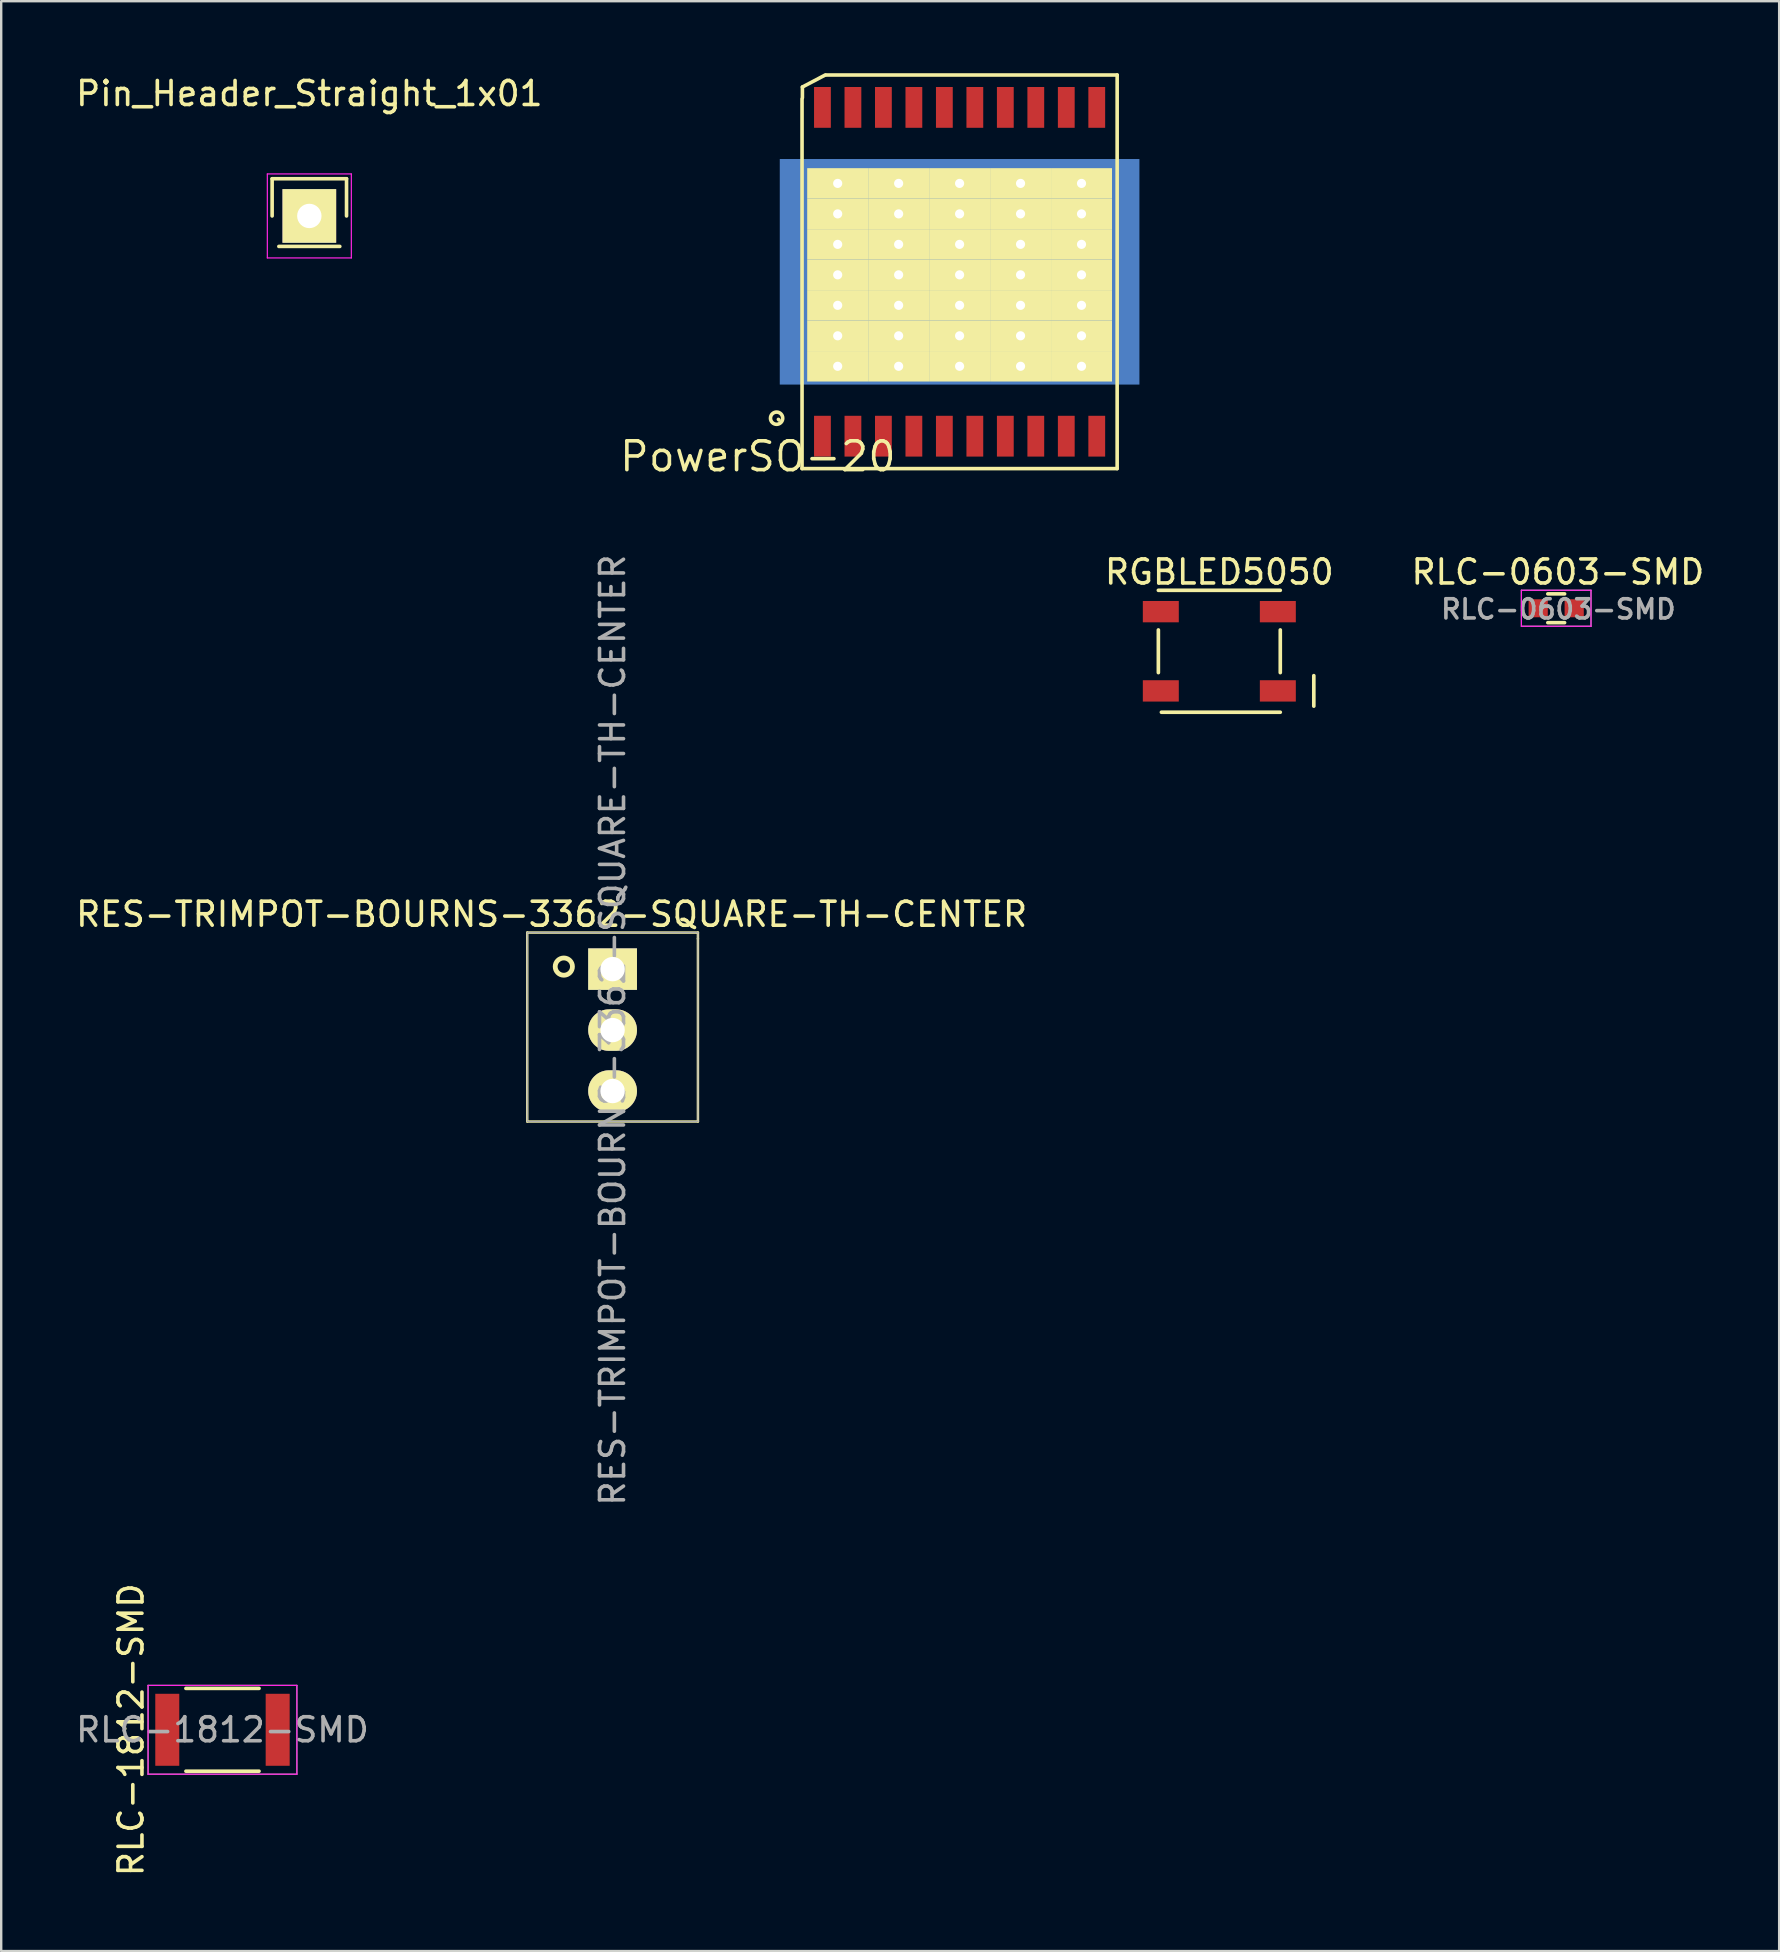
<source format=kicad_pcb>
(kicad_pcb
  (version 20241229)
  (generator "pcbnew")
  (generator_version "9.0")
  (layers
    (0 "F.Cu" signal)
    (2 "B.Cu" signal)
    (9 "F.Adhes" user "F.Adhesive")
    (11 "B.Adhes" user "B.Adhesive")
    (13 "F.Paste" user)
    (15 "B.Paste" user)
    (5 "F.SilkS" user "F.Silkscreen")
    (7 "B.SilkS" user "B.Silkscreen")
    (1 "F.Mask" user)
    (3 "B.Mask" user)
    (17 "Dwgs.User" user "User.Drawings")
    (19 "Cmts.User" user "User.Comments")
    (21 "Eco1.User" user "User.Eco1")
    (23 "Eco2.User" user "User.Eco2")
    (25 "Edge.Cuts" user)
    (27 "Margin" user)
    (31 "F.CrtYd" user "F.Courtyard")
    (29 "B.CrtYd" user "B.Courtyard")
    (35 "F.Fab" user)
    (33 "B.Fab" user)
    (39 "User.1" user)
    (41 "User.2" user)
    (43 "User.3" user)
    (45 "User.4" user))
  (footprint "PowerSO-20"
    (layer "F.Cu")
    (at 36.934 8.275)
    (property "Reference" "PowerSO-20" (at -8.407 7.696 180) (layer "F.SilkS") (effects (font (size 1.2 1.2) (thickness 0.15))))
    (attr through_hole)
    (fp_line (start -7.55 6.15) (end -7.525 6.175) (stroke (width 0.15) (type solid)) (layer "F.SilkS"))
    (fp_line (start -6.565 -7.2) (end -6.565 8.2) (stroke (width 0.15) (type solid)) (layer "F.SilkS"))
    (fp_line (start -6.565 8.2) (end 6.565 8.2) (stroke (width 0.15) (type solid)) (layer "F.SilkS"))
    (fp_line (start -6.55 -7.7) (end -5.6 -8.2) (stroke (width 0.15) (type solid)) (layer "F.SilkS"))
    (fp_line (start -6.55 -7.25) (end -6.55 -7.7) (stroke (width 0.15) (type solid)) (layer "F.SilkS"))
    (fp_line (start 6.565 -8.2) (end -5.565 -8.2) (stroke (width 0.15) (type solid)) (layer "F.SilkS"))
    (fp_line (start 6.565 8.2) (end 6.565 -8.2) (stroke (width 0.15) (type solid)) (layer "F.SilkS"))
    (fp_circle (center -7.625 6.1) (end -7.375 6.15) (stroke (width 0.15) (type solid)) (fill no) (layer "F.SilkS"))
    (pad "1" smd rect (at -5.715 6.85) (size 0.7 1.7) (layers "F.Cu" "F.Mask" "F.Paste"))
    (pad "1" thru_hole rect (at -5.08 -3.683) (size 2.54 1.27) (drill 0.381) (layers "*.Cu" "F.Mask" "F.SilkS"))
    (pad "1" thru_hole rect (at -5.08 -2.413) (size 2.54 1.27) (drill 0.381) (layers "*.Cu" "F.Mask" "F.SilkS"))
    (pad "1" thru_hole rect (at -5.08 -1.143) (size 2.54 1.27) (drill 0.381) (layers "*.Cu" "F.Mask" "F.SilkS"))
    (pad "1" thru_hole rect (at -5.08 0.127) (size 2.54 1.27) (drill 0.381) (layers "*.Cu" "F.Mask" "F.SilkS"))
    (pad "1" thru_hole rect (at -5.08 1.397) (size 2.54 1.27) (drill 0.381) (layers "*.Cu" "F.Mask" "F.SilkS"))
    (pad "1" thru_hole rect (at -5.08 2.667) (size 2.54 1.27) (drill 0.381) (layers "*.Cu" "F.Mask" "F.SilkS"))
    (pad "1" thru_hole rect (at -5.08 3.937) (size 2.54 1.27) (drill 0.381) (layers "*.Cu" "F.Mask" "F.SilkS"))
    (pad "1" thru_hole rect (at -2.54 -3.683) (size 2.54 1.27) (drill 0.381) (layers "*.Cu" "F.Mask" "F.SilkS"))
    (pad "1" thru_hole rect (at -2.54 -2.413) (size 2.54 1.27) (drill 0.381) (layers "*.Cu" "F.Mask" "F.SilkS"))
    (pad "1" thru_hole rect (at -2.54 -1.143) (size 2.54 1.27) (drill 0.381) (layers "*.Cu" "F.Mask" "F.SilkS"))
    (pad "1" thru_hole rect (at -2.54 0.127) (size 2.54 1.27) (drill 0.381) (layers "*.Cu" "F.Mask" "F.SilkS"))
    (pad "1" thru_hole rect (at -2.54 1.397) (size 2.54 1.27) (drill 0.381) (layers "*.Cu" "F.Mask" "F.SilkS"))
    (pad "1" thru_hole rect (at -2.54 2.667) (size 2.54 1.27) (drill 0.381) (layers "*.Cu" "F.Mask" "F.SilkS"))
    (pad "1" thru_hole rect (at -2.54 3.937) (size 2.54 1.27) (drill 0.381) (layers "*.Cu" "F.Mask" "F.SilkS"))
    (pad "1" thru_hole rect (at 0 -3.683) (size 2.54 1.27) (drill 0.381) (layers "*.Cu" "F.Mask" "F.SilkS"))
    (pad "1" thru_hole rect (at 0 -2.413) (size 2.54 1.27) (drill 0.381) (layers "*.Cu" "F.Mask" "F.SilkS"))
    (pad "1" thru_hole rect (at 0 -1.143) (size 2.54 1.27) (drill 0.381) (layers "*.Cu" "F.Mask" "F.SilkS"))
    (pad "1" smd rect (at 0 0) (size 14.986 9.398) (layers "B.Cu" "F.Paste"))
    (pad "1" thru_hole rect (at 0 0.127) (size 2.54 1.27) (drill 0.381) (layers "*.Cu" "F.Mask" "F.SilkS"))
    (pad "1" thru_hole rect (at 0 1.397) (size 2.54 1.27) (drill 0.381) (layers "*.Cu" "F.Mask" "F.SilkS"))
    (pad "1" thru_hole rect (at 0 2.667) (size 2.54 1.27) (drill 0.381) (layers "*.Cu" "F.Mask" "F.SilkS"))
    (pad "1" thru_hole rect (at 0 3.937) (size 2.54 1.27) (drill 0.381) (layers "*.Cu" "F.Mask" "F.SilkS"))
    (pad "1" thru_hole rect (at 2.54 -3.683) (size 2.54 1.27) (drill 0.381) (layers "*.Cu" "F.Mask" "F.SilkS"))
    (pad "1" thru_hole rect (at 2.54 -2.413) (size 2.54 1.27) (drill 0.381) (layers "*.Cu" "F.Mask" "F.SilkS"))
    (pad "1" thru_hole rect (at 2.54 -1.143) (size 2.54 1.27) (drill 0.381) (layers "*.Cu" "F.Mask" "F.SilkS"))
    (pad "1" thru_hole rect (at 2.54 0.127) (size 2.54 1.27) (drill 0.381) (layers "*.Cu" "F.Mask" "F.SilkS"))
    (pad "1" thru_hole rect (at 2.54 1.397) (size 2.54 1.27) (drill 0.381) (layers "*.Cu" "F.Mask" "F.SilkS"))
    (pad "1" thru_hole rect (at 2.54 2.667) (size 2.54 1.27) (drill 0.381) (layers "*.Cu" "F.Mask" "F.SilkS"))
    (pad "1" thru_hole rect (at 2.54 3.937) (size 2.54 1.27) (drill 0.381) (layers "*.Cu" "F.Mask" "F.SilkS"))
    (pad "1" thru_hole rect (at 5.08 -3.683) (size 2.54 1.27) (drill 0.381) (layers "*.Cu" "F.Mask" "F.SilkS"))
    (pad "1" thru_hole rect (at 5.08 -2.413) (size 2.54 1.27) (drill 0.381) (layers "*.Cu" "F.Mask" "F.SilkS"))
    (pad "1" thru_hole rect (at 5.08 -1.143) (size 2.54 1.27) (drill 0.381) (layers "*.Cu" "F.Mask" "F.SilkS"))
    (pad "1" thru_hole rect (at 5.08 0.127) (size 2.54 1.27) (drill 0.381) (layers "*.Cu" "F.Mask" "F.SilkS"))
    (pad "1" thru_hole rect (at 5.08 1.397) (size 2.54 1.27) (drill 0.381) (layers "*.Cu" "F.Mask" "F.SilkS"))
    (pad "1" thru_hole rect (at 5.08 2.667) (size 2.54 1.27) (drill 0.381) (layers "*.Cu" "F.Mask" "F.SilkS"))
    (pad "1" thru_hole rect (at 5.08 3.937) (size 2.54 1.27) (drill 0.381) (layers "*.Cu" "F.Mask" "F.SilkS"))
    (pad "2" smd rect (at -4.445 6.85) (size 0.7 1.7) (layers "F.Cu" "F.Mask" "F.Paste"))
    (pad "3" smd rect (at -3.175 6.85) (size 0.7 1.7) (layers "F.Cu" "F.Mask" "F.Paste"))
    (pad "4" smd rect (at -1.905 6.85) (size 0.7 1.7) (layers "F.Cu" "F.Mask" "F.Paste"))
    (pad "5" smd rect (at -0.635 6.85) (size 0.7 1.7) (layers "F.Cu" "F.Mask" "F.Paste"))
    (pad "6" smd rect (at 0.635 6.85) (size 0.7 1.7) (layers "F.Cu" "F.Mask" "F.Paste"))
    (pad "7" smd rect (at 1.905 6.85) (size 0.7 1.7) (layers "F.Cu" "F.Mask" "F.Paste"))
    (pad "8" smd rect (at 3.175 6.85) (size 0.7 1.7) (layers "F.Cu" "F.Mask" "F.Paste"))
    (pad "9" smd rect (at 4.445 6.85) (size 0.7 1.7) (layers "F.Cu" "F.Mask" "F.Paste"))
    (pad "10" smd rect (at 5.715 6.85) (size 0.7 1.7) (layers "F.Cu" "F.Mask" "F.Paste"))
    (pad "11" smd rect (at 5.715 -6.85) (size 0.7 1.7) (layers "F.Cu" "F.Mask" "F.Paste"))
    (pad "12" smd rect (at 4.445 -6.85) (size 0.7 1.7) (layers "F.Cu" "F.Mask" "F.Paste"))
    (pad "13" smd rect (at 3.175 -6.85) (size 0.7 1.7) (layers "F.Cu" "F.Mask" "F.Paste"))
    (pad "14" smd rect (at 1.905 -6.85) (size 0.7 1.7) (layers "F.Cu" "F.Mask" "F.Paste"))
    (pad "15" smd rect (at 0.635 -6.85) (size 0.7 1.7) (layers "F.Cu" "F.Mask" "F.Paste"))
    (pad "16" smd rect (at -0.635 -6.85) (size 0.7 1.7) (layers "F.Cu" "F.Mask" "F.Paste"))
    (pad "17" smd rect (at -1.905 -6.85) (size 0.7 1.7) (layers "F.Cu" "F.Mask" "F.Paste"))
    (pad "18" smd rect (at -3.175 -6.85) (size 0.7 1.7) (layers "F.Cu" "F.Mask" "F.Paste"))
    (pad "19" smd rect (at -4.445 -6.85) (size 0.7 1.7) (layers "F.Cu" "F.Mask" "F.Paste"))
    (pad "20" smd rect (at -5.715 -6.85) (size 0.7 1.7) (layers "F.Cu" "F.Mask" "F.Paste")))
  (footprint "RLC-0603-SMD"
    (layer "F.Cu")
    (at 61.793 22.295)
    (property "Reference" "RLC-0603-SMD" (at 0.09 0.04 0) (layer "F.Fab") (effects (font (size 0.8 0.8) (thickness 0.15))))
    (attr smd)
    (fp_line (start -0.35 -0.6) (end 0.35 -0.6) (stroke (width 0.15) (type solid)) (layer "F.SilkS"))
    (fp_line (start 0.35 0.6) (end -0.35 0.6) (stroke (width 0.15) (type solid)) (layer "F.SilkS"))
    (fp_line (start -1.45 -0.75) (end -1.45 0.75) (stroke (width 0.05) (type solid)) (layer "F.CrtYd"))
    (fp_line (start -1.45 -0.75) (end 1.45 -0.75) (stroke (width 0.05) (type solid)) (layer "F.CrtYd"))
    (fp_line (start -1.45 0.75) (end 1.45 0.75) (stroke (width 0.05) (type solid)) (layer "F.CrtYd"))
    (fp_line (start 1.45 -0.75) (end 1.45 0.75) (stroke (width 0.05) (type solid)) (layer "F.CrtYd"))
    (fp_line (start -1.45 -0.75) (end -1.45 0.75) (stroke (width 0.05) (type solid)) (layer "F.Fab"))
    (fp_line (start -1.45 -0.75) (end 1.45 -0.75) (stroke (width 0.05) (type solid)) (layer "F.Fab"))
    (fp_line (start -1.45 0.75) (end 1.45 0.75) (stroke (width 0.05) (type solid)) (layer "F.Fab"))
    (fp_line (start 1.45 -0.75) (end 1.45 0.75) (stroke (width 0.05) (type solid)) (layer "F.Fab"))
    (fp_text user "${REFERENCE}" (at 0.07 -1.51 0) (layer "F.SilkS") (effects (font (size 1 1) (thickness 0.15))))
    (pad "1" smd rect (at -0.75 0) (size 0.8 0.75) (layers "F.Cu" "F.Mask" "F.Paste"))
    (pad "2" smd rect (at 0.75 0) (size 0.8 0.75) (layers "F.Cu" "F.Mask" "F.Paste")))
  (footprint "RLC-1812-SMD"
    (layer "F.Cu")
    (at 6.22 69.026)
    (property "Reference" "RLC-1812-SMD" (at 0 0 0) (layer "F.Fab") (effects (font (size 1 1) (thickness 0.15))))
    (attr smd)
    (fp_line (start -1.524 1.725) (end 1.524 1.725) (stroke (width 0.15) (type solid)) (layer "F.SilkS"))
    (fp_line (start 1.524 -1.725) (end -1.524 -1.725) (stroke (width 0.15) (type solid)) (layer "F.SilkS"))
    (fp_line (start -3.1 -1.85) (end -3.1 1.85) (stroke (width 0.05) (type solid)) (layer "F.CrtYd"))
    (fp_line (start -3.1 -1.85) (end 3.1 -1.85) (stroke (width 0.05) (type solid)) (layer "F.CrtYd"))
    (fp_line (start -3.1 1.85) (end 3.1 1.85) (stroke (width 0.05) (type solid)) (layer "F.CrtYd"))
    (fp_line (start 3.1 -1.85) (end 3.1 1.85) (stroke (width 0.05) (type solid)) (layer "F.CrtYd"))
    (fp_line (start -3.1 -1.85) (end -3.1 1.85) (stroke (width 0.05) (type solid)) (layer "F.Fab"))
    (fp_line (start -3.1 -1.85) (end 3.1 -1.85) (stroke (width 0.05) (type solid)) (layer "F.Fab"))
    (fp_line (start -3.1 1.85) (end 3.1 1.85) (stroke (width 0.05) (type solid)) (layer "F.Fab"))
    (fp_line (start 3.1 -1.85) (end 3.1 1.85) (stroke (width 0.05) (type solid)) (layer "F.Fab"))
    (fp_text user "${REFERENCE}" (at -3.81 0 90) (layer "F.SilkS") (effects (font (size 1 1) (thickness 0.15))))
    (pad "1" smd rect (at -2.3 0) (size 1 3) (layers "F.Cu" "F.Mask" "F.Paste"))
    (pad "2" smd rect (at 2.3 0) (size 1 3) (layers "F.Cu" "F.Mask" "F.Paste")))
  (footprint "Pin_Header_Straight_1x01"
    (layer "F.Cu")
    (at 9.839 5.948)
    (property "Reference" "Pin_Header_Straight_1x01" (at 0 -5.1 0) (layer "F.SilkS") (effects (font (size 1 1) (thickness 0.15))))
    (attr through_hole)
    (fp_line (start -1.55 -1.55) (end 1.55 -1.55) (stroke (width 0.15) (type solid)) (layer "F.SilkS"))
    (fp_line (start -1.55 0) (end -1.55 -1.55) (stroke (width 0.15) (type solid)) (layer "F.SilkS"))
    (fp_line (start -1.27 1.27) (end 1.27 1.27) (stroke (width 0.15) (type solid)) (layer "F.SilkS"))
    (fp_line (start 1.55 -1.55) (end 1.55 0) (stroke (width 0.15) (type solid)) (layer "F.SilkS"))
    (fp_line (start -1.75 -1.75) (end -1.75 1.75) (stroke (width 0.05) (type solid)) (layer "F.CrtYd"))
    (fp_line (start -1.75 -1.75) (end 1.75 -1.75) (stroke (width 0.05) (type solid)) (layer "F.CrtYd"))
    (fp_line (start -1.75 1.75) (end 1.75 1.75) (stroke (width 0.05) (type solid)) (layer "F.CrtYd"))
    (fp_line (start 1.75 -1.75) (end 1.75 1.75) (stroke (width 0.05) (type solid)) (layer "F.CrtYd"))
    (pad "1" thru_hole rect (at 0 0) (size 2.235 2.235) (drill 1.016) (layers "*.Cu" "*.Mask" "F.SilkS")))
  (footprint "RGBLED5050"
    (layer "F.Cu")
    (at 47.756 24.087)
    (property "Reference" "RGBLED5050" (at 0 -3.302 0) (layer "F.SilkS") (effects (font (size 1 1) (thickness 0.15))))
    (attr through_hole)
    (fp_line (start -2.54 -2.54) (end 2.54 -2.54) (stroke (width 0.152) (type solid)) (layer "F.SilkS"))
    (fp_line (start -2.54 -0.889) (end -2.54 0.889) (stroke (width 0.152) (type solid)) (layer "F.SilkS"))
    (fp_line (start 2.54 -0.889) (end 2.54 0.889) (stroke (width 0.152) (type solid)) (layer "F.SilkS"))
    (fp_line (start 2.54 2.54) (end -2.413 2.54) (stroke (width 0.152) (type solid)) (layer "F.SilkS"))
    (fp_line (start 3.937 1.016) (end 3.937 2.286) (stroke (width 0.152) (type solid)) (layer "F.SilkS"))
    (pad "1" smd rect (at 2.438 1.651) (size 1.499 0.889) (layers "F.Cu" "F.Mask" "F.Paste"))
    (pad "2" smd rect (at 2.438 -1.651) (size 1.499 0.889) (layers "F.Cu" "F.Mask" "F.Paste"))
    (pad "3" smd rect (at -2.438 -1.651) (size 1.499 0.889) (layers "F.Cu" "F.Mask" "F.Paste"))
    (pad "4" smd rect (at -2.438 1.651) (size 1.499 0.889) (layers "F.Cu" "F.Mask" "F.Paste")))
  (footprint "RES-TRIMPOT-BOURNS-3362-SQUARE-TH-CENTER"
    (layer "F.Cu")
    (at 22.475 39.871)
    (property "Reference" "RES-TRIMPOT-BOURNS-3362-SQUARE-TH-CENTER" (at 0 0 90) (layer "F.Fab") (effects (font (size 1 1) (thickness 0.15))))
    (attr through_hole)
    (fp_line (start -3.556 -4.064) (end -3.556 3.81) (stroke (width 0.102) (type solid)) (layer "F.SilkS"))
    (fp_line (start -3.556 3.81) (end 3.556 3.81) (stroke (width 0.102) (type solid)) (layer "F.SilkS"))
    (fp_line (start 3.556 -4.064) (end -3.556 -4.064) (stroke (width 0.102) (type solid)) (layer "F.SilkS"))
    (fp_line (start 3.556 -3.81) (end 3.556 -4.064) (stroke (width 0.102) (type solid)) (layer "F.SilkS"))
    (fp_line (start 3.556 3.81) (end 3.556 -3.81) (stroke (width 0.102) (type solid)) (layer "F.SilkS"))
    (fp_circle (center -2.032 -2.645) (end -1.778 -2.391) (stroke (width 0.2) (type solid)) (fill no) (layer "F.SilkS"))
    (fp_line (start -3.556 -4.064) (end -3.556 3.81) (stroke (width 0.05) (type solid)) (layer "F.Fab"))
    (fp_line (start -3.556 3.81) (end 3.556 3.81) (stroke (width 0.05) (type solid)) (layer "F.Fab"))
    (fp_line (start 3.556 -4.064) (end -3.556 -4.064) (stroke (width 0.05) (type solid)) (layer "F.Fab"))
    (fp_line (start 3.556 3.81) (end 3.556 -4.064) (stroke (width 0.05) (type solid)) (layer "F.Fab"))
    (fp_circle (center 0 -2.54) (end 0.254 -2.286) (stroke (width 0.2) (type solid)) (fill no) (layer "F.Fab"))
    (fp_text user "${REFERENCE}" (at -2.54 -4.826 0) (layer "F.SilkS") (effects (font (size 1 1) (thickness 0.15))))
    (pad "1" thru_hole rect (at 0 -2.54) (size 2.032 1.727) (drill 1.016) (layers "*.Cu" "*.Mask" "F.SilkS"))
    (pad "2" thru_hole oval (at 0 0) (size 2.032 1.727) (drill 1.016) (layers "*.Cu" "*.Mask" "F.SilkS"))
    (pad "3" thru_hole oval (at 0 2.54) (size 2.032 1.727) (drill 1.016) (layers "*.Cu" "*.Mask" "F.SilkS")))
  (gr_rect
    (start -3 -3)
    (end 71.083 78.246)
    (stroke (width 0.1) (type default))
    (fill no)
    (layer "Edge.Cuts")))
</source>
